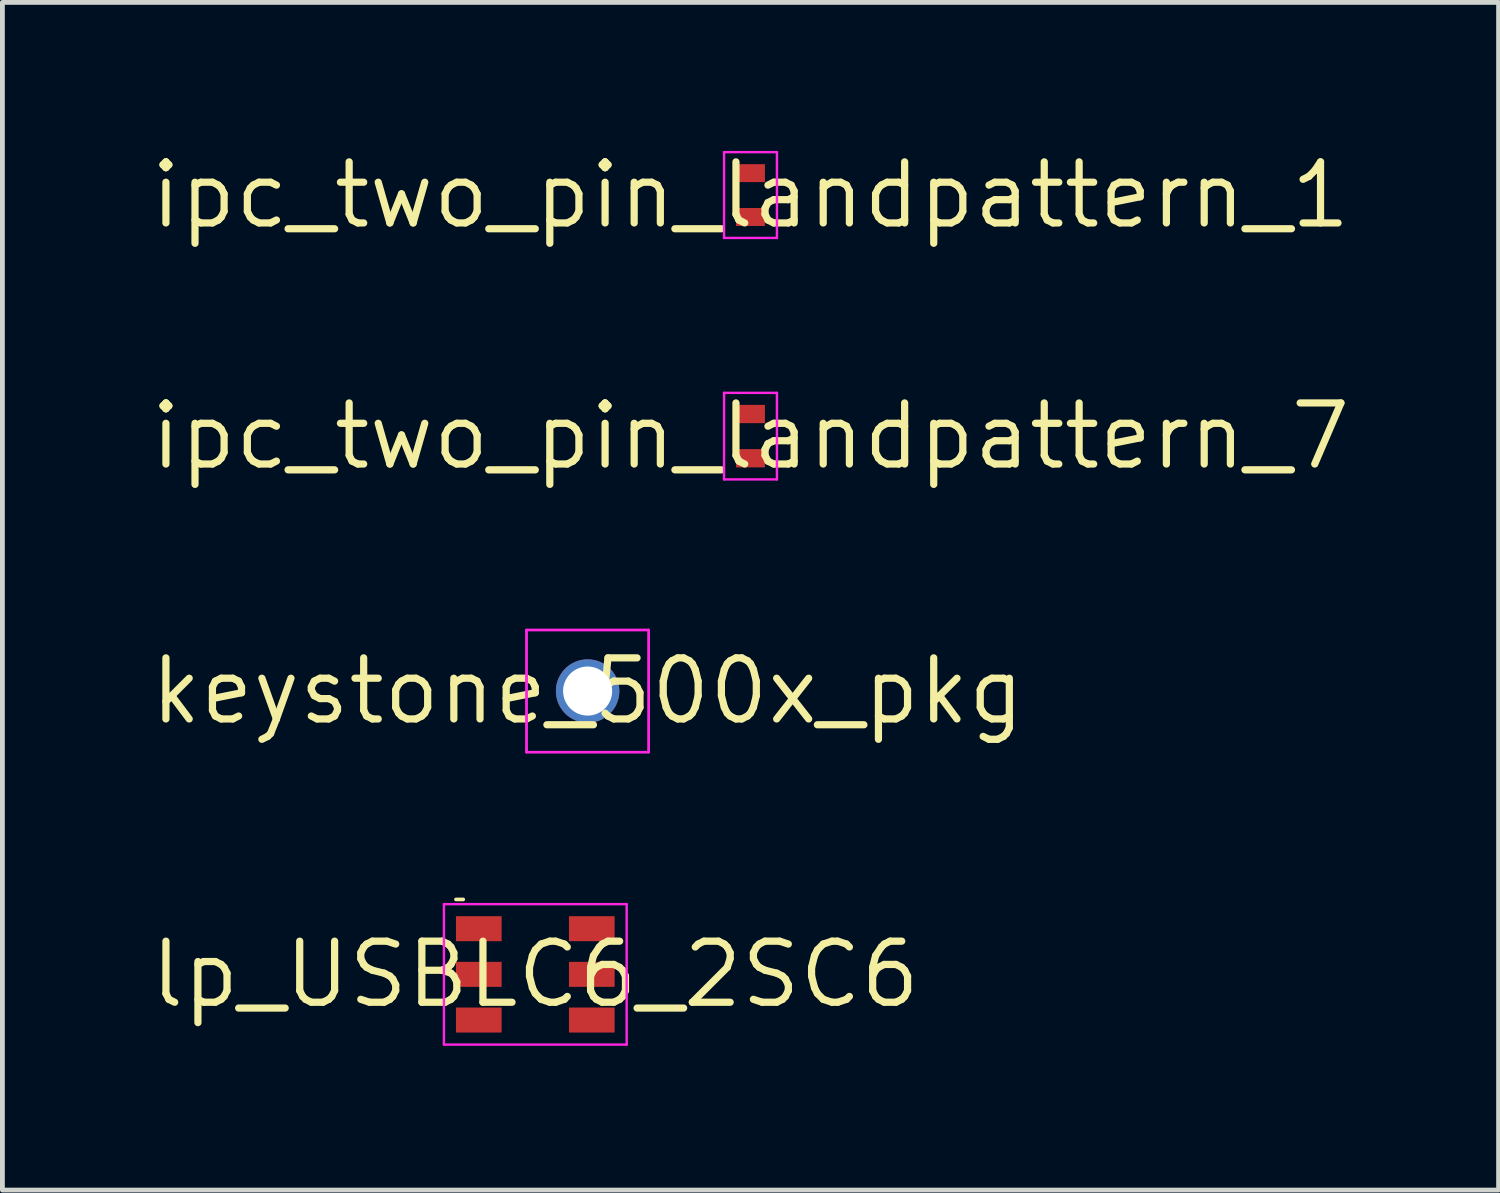
<source format=kicad_pcb>
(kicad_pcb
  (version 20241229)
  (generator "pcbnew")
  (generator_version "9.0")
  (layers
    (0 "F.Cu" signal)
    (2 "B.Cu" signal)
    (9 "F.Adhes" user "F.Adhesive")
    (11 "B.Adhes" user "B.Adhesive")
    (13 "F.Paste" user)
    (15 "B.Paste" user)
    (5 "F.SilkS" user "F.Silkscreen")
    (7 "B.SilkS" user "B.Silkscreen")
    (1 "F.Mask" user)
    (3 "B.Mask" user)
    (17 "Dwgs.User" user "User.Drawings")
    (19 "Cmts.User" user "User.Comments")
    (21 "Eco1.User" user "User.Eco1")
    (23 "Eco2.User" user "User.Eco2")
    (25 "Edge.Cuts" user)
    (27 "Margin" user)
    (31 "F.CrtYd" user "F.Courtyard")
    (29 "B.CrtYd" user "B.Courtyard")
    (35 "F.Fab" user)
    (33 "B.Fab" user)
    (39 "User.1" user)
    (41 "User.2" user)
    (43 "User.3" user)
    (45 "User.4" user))
  (footprint "lp_USBLC6_2SC6"
    (layer "F.Cu")
    (at 8.081 17.211)
    (property "Reference" "lp_USBLC6_2SC6" (at 0 0 0) (layer "F.SilkS") (effects (font (size 1.27 1.27) (thickness 0.15))))
    (attr through_hole)
    (fp_line (start -1.65 -1.558) (end -1.498 -1.558) (stroke (width 0.076) (type solid)) (layer "F.SilkS"))
    (fp_line (start -1.9 -1.46) (end 1.9 -1.46) (stroke (width 0.05) (type solid)) (layer "F.CrtYd"))
    (fp_line (start -1.9 1.46) (end -1.9 -1.46) (stroke (width 0.05) (type solid)) (layer "F.CrtYd"))
    (fp_line (start 1.9 -1.46) (end 1.9 1.46) (stroke (width 0.05) (type solid)) (layer "F.CrtYd"))
    (fp_line (start 1.9 1.46) (end -1.9 1.46) (stroke (width 0.05) (type solid)) (layer "F.CrtYd"))
    (pad "1" smd rect (at -1.175 -0.95) (size 0.95 0.52) (layers "F.Cu" "F.Paste"))
    (pad "2" smd rect (at -1.175 0) (size 0.95 0.52) (layers "F.Cu" "F.Paste"))
    (pad "3" smd rect (at -1.175 0.95) (size 0.95 0.52) (layers "F.Cu" "F.Paste"))
    (pad "4" smd rect (at 1.175 0.95) (size 0.95 0.52) (layers "F.Cu" "F.Paste"))
    (pad "5" smd rect (at 1.175 0) (size 0.95 0.52) (layers "F.Cu" "F.Paste"))
    (pad "6" smd rect (at 1.175 -0.95) (size 0.95 0.52) (layers "F.Cu" "F.Paste")))
  (footprint "ipc_two_pin_landpattern_7"
    (layer "F.Cu")
    (at 12.556 6.019)
    (property "Reference" "ipc_two_pin_landpattern_7" (at 0 0 0) (layer "F.SilkS") (effects (font (size 1.27 1.27) (thickness 0.15))))
    (attr through_hole)
    (fp_line (start -0.55 -0.9) (end 0.55 -0.9) (stroke (width 0.05) (type solid)) (layer "F.CrtYd"))
    (fp_line (start -0.55 0.9) (end -0.55 -0.9) (stroke (width 0.05) (type solid)) (layer "F.CrtYd"))
    (fp_line (start 0.55 -0.9) (end 0.55 0.9) (stroke (width 0.05) (type solid)) (layer "F.CrtYd"))
    (fp_line (start 0.55 0.9) (end -0.55 0.9) (stroke (width 0.05) (type solid)) (layer "F.CrtYd"))
    (pad "1" smd rect (at 0 -0.46) (size 0.6 0.38) (layers "F.Cu" "F.Paste"))
    (pad "2" smd rect (at 0 0.46) (size 0.6 0.38) (layers "F.Cu" "F.Paste")))
  (footprint "ipc_two_pin_landpattern_1"
    (layer "F.Cu")
    (at 12.556 1.006)
    (property "Reference" "ipc_two_pin_landpattern_1" (at 0 0 0) (layer "F.SilkS") (effects (font (size 1.27 1.27) (thickness 0.15))))
    (attr through_hole)
    (fp_line (start -0.55 -0.892) (end 0.55 -0.892) (stroke (width 0.05) (type solid)) (layer "F.CrtYd"))
    (fp_line (start -0.55 0.892) (end -0.55 -0.892) (stroke (width 0.05) (type solid)) (layer "F.CrtYd"))
    (fp_line (start 0.55 -0.892) (end 0.55 0.892) (stroke (width 0.05) (type solid)) (layer "F.CrtYd"))
    (fp_line (start 0.55 0.892) (end -0.55 0.892) (stroke (width 0.05) (type solid)) (layer "F.CrtYd"))
    (pad "1" smd rect (at 0 -0.456) (size 0.6 0.373) (layers "F.Cu" "F.Paste"))
    (pad "2" smd rect (at 0 0.456) (size 0.6 0.373) (layers "F.Cu" "F.Paste")))
  (footprint "keystone_500x_pkg"
    (layer "F.Cu")
    (at 9.169 11.32)
    (property "Reference" "keystone_500x_pkg" (at 0 0 0) (layer "F.SilkS") (effects (font (size 1.27 1.27) (thickness 0.15))))
    (attr through_hole)
    (fp_line (start -1.27 -1.27) (end 1.27 -1.27) (stroke (width 0.05) (type solid)) (layer "F.CrtYd"))
    (fp_line (start -1.27 -1.27) (end 1.27 -1.27) (stroke (width 0.05) (type solid)) (layer "F.CrtYd"))
    (fp_line (start -1.27 1.27) (end -1.27 -1.27) (stroke (width 0.05) (type solid)) (layer "F.CrtYd"))
    (fp_line (start -1.27 1.27) (end -1.27 -1.27) (stroke (width 0.05) (type solid)) (layer "F.CrtYd"))
    (fp_line (start -1.27 1.27) (end 1.27 1.27) (stroke (width 0.05) (type solid)) (layer "F.CrtYd"))
    (fp_line (start 1.27 -1.27) (end 1.27 1.27) (stroke (width 0.05) (type solid)) (layer "F.CrtYd"))
    (fp_line (start 1.27 1.27) (end -1.27 1.27) (stroke (width 0.05) (type solid)) (layer "F.CrtYd"))
    (fp_line (start 1.27 1.27) (end 1.27 -1.27) (stroke (width 0.05) (type solid)) (layer "F.CrtYd"))
    (pad "p" thru_hole oval (at 0 0) (size 1.32 1.32) (drill 1.02) (layers "*.Cu")))
  (gr_rect
    (start -3 -3)
    (end 28.112 21.696)
    (stroke (width 0.1) (type default))
    (fill no)
    (layer "Edge.Cuts")))
</source>
